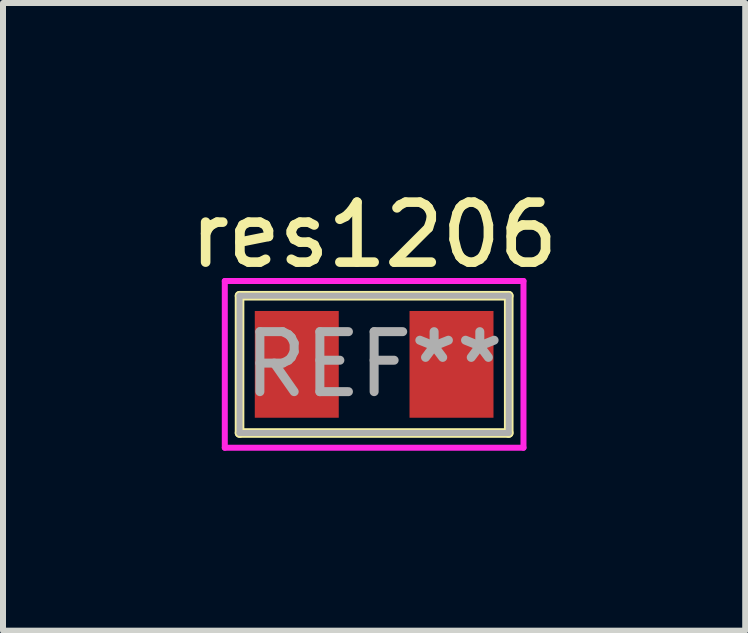
<source format=kicad_pcb>
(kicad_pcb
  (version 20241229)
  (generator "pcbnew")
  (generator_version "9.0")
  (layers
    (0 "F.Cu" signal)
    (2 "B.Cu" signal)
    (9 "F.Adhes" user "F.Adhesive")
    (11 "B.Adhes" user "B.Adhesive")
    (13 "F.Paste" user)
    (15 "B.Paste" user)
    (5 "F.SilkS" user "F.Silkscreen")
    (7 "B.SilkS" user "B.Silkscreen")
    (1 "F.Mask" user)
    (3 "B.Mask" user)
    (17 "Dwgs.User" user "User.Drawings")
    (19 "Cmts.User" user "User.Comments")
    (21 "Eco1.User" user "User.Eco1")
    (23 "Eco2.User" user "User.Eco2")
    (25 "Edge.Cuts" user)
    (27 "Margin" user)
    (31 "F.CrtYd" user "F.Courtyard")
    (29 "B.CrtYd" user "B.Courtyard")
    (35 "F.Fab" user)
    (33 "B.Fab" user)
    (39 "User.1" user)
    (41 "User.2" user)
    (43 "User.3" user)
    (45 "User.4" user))
  (footprint "res1206"
    (layer "F.Cu")
    (at 3.188 3.025)
    (property "Reference" "res1206" (at 0 -2.159 0) (unlocked yes) (layer "F.SilkS") (effects (font (size 1 1) (thickness 0.16))))
    (attr smd)
    (fp_line (start -2.244 -1.144) (end 2.244 -1.144) (stroke (width 0.16) (type solid)) (layer "F.SilkS"))
    (fp_line (start -2.244 1.144) (end -2.244 -1.144) (stroke (width 0.16) (type solid)) (layer "F.SilkS"))
    (fp_line (start -2.244 1.144) (end 2.244 1.144) (stroke (width 0.16) (type solid)) (layer "F.SilkS"))
    (fp_line (start 2.244 1.144) (end 2.244 -1.144) (stroke (width 0.16) (type solid)) (layer "F.SilkS"))
    (fp_line (start -2.49 -1.39) (end 2.49 -1.39) (stroke (width 0.1) (type solid)) (layer "F.CrtYd"))
    (fp_line (start -2.49 1.39) (end -2.49 -1.39) (stroke (width 0.1) (type solid)) (layer "F.CrtYd"))
    (fp_line (start -2.49 1.39) (end 2.49 1.39) (stroke (width 0.1) (type solid)) (layer "F.CrtYd"))
    (fp_line (start 2.49 1.39) (end 2.49 -1.39) (stroke (width 0.1) (type solid)) (layer "F.CrtYd"))
    (fp_line (start -2.244 -1.144) (end 2.244 -1.144) (stroke (width 0.1) (type solid)) (layer "F.Fab"))
    (fp_line (start -2.244 1.144) (end -2.244 -1.144) (stroke (width 0.1) (type solid)) (layer "F.Fab"))
    (fp_line (start -2.244 1.144) (end 2.244 1.144) (stroke (width 0.1) (type solid)) (layer "F.Fab"))
    (fp_line (start 2.244 1.144) (end 2.244 -1.144) (stroke (width 0.1) (type solid)) (layer "F.Fab"))
    (fp_text user "REF**" (at 0 0 0) (unlocked yes) (layer "F.Fab") (effects (font (size 1 1) (thickness 0.15))))
    (pad "1" smd rect (at -1.29 0) (size 1.4 1.78) (layers "F.Cu" "F.Mask" "F.Paste"))
    (pad "2" smd rect (at 1.29 0) (size 1.4 1.78) (layers "F.Cu" "F.Mask" "F.Paste")))
  (gr_rect
    (start -3 -3)
    (end 9.375 7.465)
    (stroke (width 0.1) (type default))
    (fill no)
    (layer "Edge.Cuts")))
</source>
